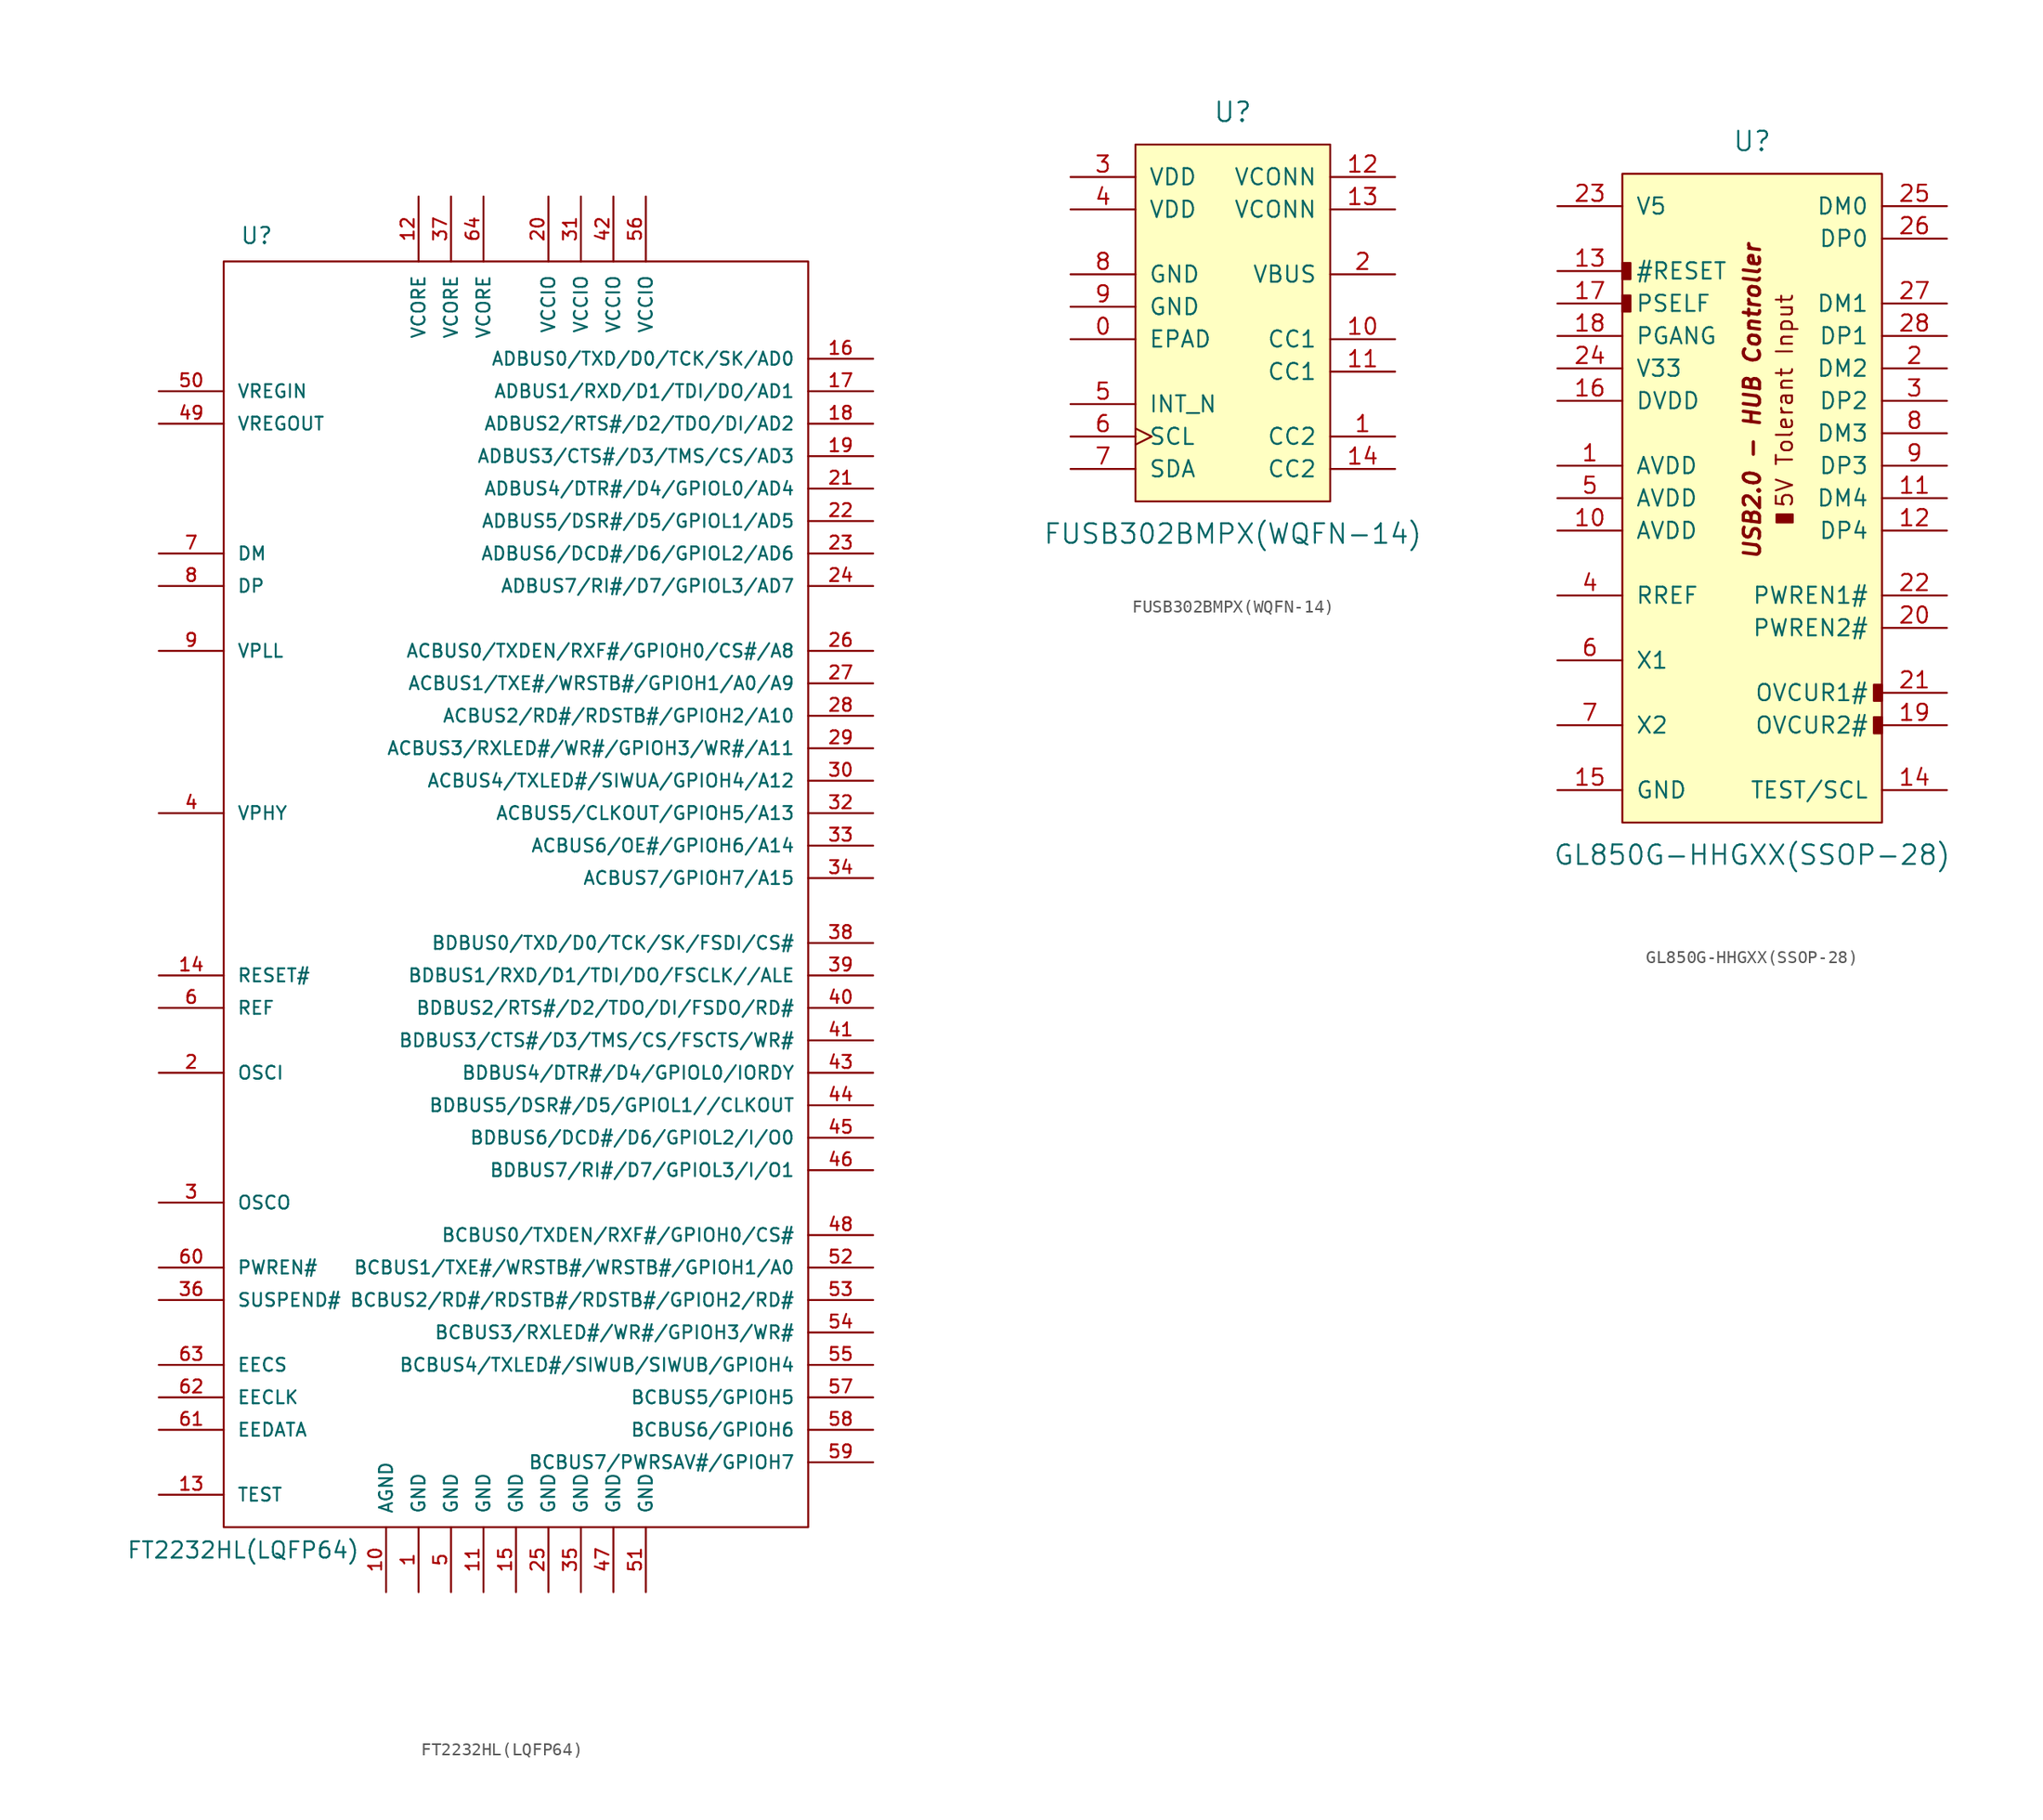
<source format=kicad_sym>
(kicad_symbol_lib
  (version 20220914)
  (generator kicad_symbol_editor)
  (symbol "FT2232HL(LQFP64)"
    (pin_names
      (offset 1.016))
    (property "Reference" "U"
      (at -21.59 49.53 0)
      (effects (font (size 1.27 1.27)) (justify left bottom)))
    (property "Value" "FT2232HL(LQFP64)"
      (at -30.48 -53.34 0)
      (effects (font (size 1.27 1.27)) (justify left bottom)))
    (property "Datasheet" ""
      (at 0 -2.54 0)
      (effects (font (size 1.524 1.524))))
    (property "ki_locked" ""
      (at 0 0 0)
      (effects (font (size 1.27 1.27))))
    (symbol "FT2232HL(LQFP64)_0_1"
      (rectangle (start -22.86 -50.8) (end 22.86 48.26) (stroke (width 0) (type solid)) (fill (type none))))
    (symbol "FT2232HL(LQFP64)_1_1"
      (pin power_in line (at -7.62 -55.88 90) (length 5.08) (name "GND" (effects (font (size 1.016 1.016)))) (number "1" (effects (font (size 1.016 1.016)))))
      (pin power_in line (at -10.16 -55.88 90) (length 5.08) (name "AGND" (effects (font (size 1.016 1.016)))) (number "10" (effects (font (size 1.016 1.016)))))
      (pin power_in line (at -2.54 -55.88 90) (length 5.08) (name "GND" (effects (font (size 1.016 1.016)))) (number "11" (effects (font (size 1.016 1.016)))))
      (pin power_in line (at -7.62 53.34 270) (length 5.08) (name "VCORE" (effects (font (size 1.016 1.016)))) (number "12" (effects (font (size 1.016 1.016)))))
      (pin input line (at -27.94 -48.26 0) (length 5.08) (name "TEST" (effects (font (size 1.016 1.016)))) (number "13" (effects (font (size 1.016 1.016)))))
      (pin input line (at -27.94 -7.62 0) (length 5.08) (name "RESET#" (effects (font (size 1.016 1.016)))) (number "14" (effects (font (size 1.016 1.016)))))
      (pin power_in line (at 0 -55.88 90) (length 5.08) (name "GND" (effects (font (size 1.016 1.016)))) (number "15" (effects (font (size 1.016 1.016)))))
      (pin bidirectional line (at 27.94 40.64 180) (length 5.08) (name "ADBUS0/TXD/D0/TCK/SK/AD0" (effects (font (size 1.016 1.016)))) (number "16" (effects (font (size 1.016 1.016)))))
      (pin bidirectional line (at 27.94 38.1 180) (length 5.08) (name "ADBUS1/RXD/D1/TDI/DO/AD1" (effects (font (size 1.016 1.016)))) (number "17" (effects (font (size 1.016 1.016)))))
      (pin bidirectional line (at 27.94 35.56 180) (length 5.08) (name "ADBUS2/RTS#/D2/TDO/DI/AD2" (effects (font (size 1.016 1.016)))) (number "18" (effects (font (size 1.016 1.016)))))
      (pin bidirectional line (at 27.94 33.02 180) (length 5.08) (name "ADBUS3/CTS#/D3/TMS/CS/AD3" (effects (font (size 1.016 1.016)))) (number "19" (effects (font (size 1.016 1.016)))))
      (pin input line (at -27.94 -15.24 0) (length 5.08) (name "OSCI" (effects (font (size 1.016 1.016)))) (number "2" (effects (font (size 1.016 1.016)))))
      (pin power_in line (at 2.54 53.34 270) (length 5.08) (name "VCCIO" (effects (font (size 1.016 1.016)))) (number "20" (effects (font (size 1.016 1.016)))))
      (pin bidirectional line (at 27.94 30.48 180) (length 5.08) (name "ADBUS4/DTR#/D4/GPIOL0/AD4" (effects (font (size 1.016 1.016)))) (number "21" (effects (font (size 1.016 1.016)))))
      (pin bidirectional line (at 27.94 27.94 180) (length 5.08) (name "ADBUS5/DSR#/D5/GPIOL1/AD5" (effects (font (size 1.016 1.016)))) (number "22" (effects (font (size 1.016 1.016)))))
      (pin bidirectional line (at 27.94 25.4 180) (length 5.08) (name "ADBUS6/DCD#/D6/GPIOL2/AD6" (effects (font (size 1.016 1.016)))) (number "23" (effects (font (size 1.016 1.016)))))
      (pin bidirectional line (at 27.94 22.86 180) (length 5.08) (name "ADBUS7/RI#/D7/GPIOL3/AD7" (effects (font (size 1.016 1.016)))) (number "24" (effects (font (size 1.016 1.016)))))
      (pin power_in line (at 2.54 -55.88 90) (length 5.08) (name "GND" (effects (font (size 1.016 1.016)))) (number "25" (effects (font (size 1.016 1.016)))))
      (pin bidirectional line (at 27.94 17.78 180) (length 5.08) (name "ACBUS0/TXDEN/RXF#/GPIOH0/CS#/A8" (effects (font (size 1.016 1.016)))) (number "26" (effects (font (size 1.016 1.016)))))
      (pin bidirectional line (at 27.94 15.24 180) (length 5.08) (name "ACBUS1/TXE#/WRSTB#/GPIOH1/A0/A9" (effects (font (size 1.016 1.016)))) (number "27" (effects (font (size 1.016 1.016)))))
      (pin bidirectional line (at 27.94 12.7 180) (length 5.08) (name "ACBUS2/RD#/RDSTB#/GPIOH2/A10" (effects (font (size 1.016 1.016)))) (number "28" (effects (font (size 1.016 1.016)))))
      (pin bidirectional line (at 27.94 10.16 180) (length 5.08) (name "ACBUS3/RXLED#/WR#/GPIOH3/WR#/A11" (effects (font (size 1.016 1.016)))) (number "29" (effects (font (size 1.016 1.016)))))
      (pin output line (at -27.94 -25.4 0) (length 5.08) (name "OSCO" (effects (font (size 1.016 1.016)))) (number "3" (effects (font (size 1.016 1.016)))))
      (pin bidirectional line (at 27.94 7.62 180) (length 5.08) (name "ACBUS4/TXLED#/SIWUA/GPIOH4/A12" (effects (font (size 1.016 1.016)))) (number "30" (effects (font (size 1.016 1.016)))))
      (pin power_in line (at 5.08 53.34 270) (length 5.08) (name "VCCIO" (effects (font (size 1.016 1.016)))) (number "31" (effects (font (size 1.016 1.016)))))
      (pin bidirectional line (at 27.94 5.08 180) (length 5.08) (name "ACBUS5/CLKOUT/GPIOH5/A13" (effects (font (size 1.016 1.016)))) (number "32" (effects (font (size 1.016 1.016)))))
      (pin bidirectional line (at 27.94 2.54 180) (length 5.08) (name "ACBUS6/OE#/GPIOH6/A14" (effects (font (size 1.016 1.016)))) (number "33" (effects (font (size 1.016 1.016)))))
      (pin bidirectional line (at 27.94 0 180) (length 5.08) (name "ACBUS7/GPIOH7/A15" (effects (font (size 1.016 1.016)))) (number "34" (effects (font (size 1.016 1.016)))))
      (pin power_in line (at 5.08 -55.88 90) (length 5.08) (name "GND" (effects (font (size 1.016 1.016)))) (number "35" (effects (font (size 1.016 1.016)))))
      (pin output line (at -27.94 -33.02 0) (length 5.08) (name "SUSPEND#" (effects (font (size 1.016 1.016)))) (number "36" (effects (font (size 1.016 1.016)))))
      (pin power_in line (at -5.08 53.34 270) (length 5.08) (name "VCORE" (effects (font (size 1.016 1.016)))) (number "37" (effects (font (size 1.016 1.016)))))
      (pin bidirectional line (at 27.94 -5.08 180) (length 5.08) (name "BDBUS0/TXD/D0/TCK/SK/FSDI/CS#" (effects (font (size 1.016 1.016)))) (number "38" (effects (font (size 1.016 1.016)))))
      (pin bidirectional line (at 27.94 -7.62 180) (length 5.08) (name "BDBUS1/RXD/D1/TDI/DO/FSCLK//ALE" (effects (font (size 1.016 1.016)))) (number "39" (effects (font (size 1.016 1.016)))))
      (pin power_in line (at -27.94 5.08 0) (length 5.08) (name "VPHY" (effects (font (size 1.016 1.016)))) (number "4" (effects (font (size 1.016 1.016)))))
      (pin bidirectional line (at 27.94 -10.16 180) (length 5.08) (name "BDBUS2/RTS#/D2/TDO/DI/FSDO/RD#" (effects (font (size 1.016 1.016)))) (number "40" (effects (font (size 1.016 1.016)))))
      (pin bidirectional line (at 27.94 -12.7 180) (length 5.08) (name "BDBUS3/CTS#/D3/TMS/CS/FSCTS/WR#" (effects (font (size 1.016 1.016)))) (number "41" (effects (font (size 1.016 1.016)))))
      (pin power_in line (at 7.62 53.34 270) (length 5.08) (name "VCCIO" (effects (font (size 1.016 1.016)))) (number "42" (effects (font (size 1.016 1.016)))))
      (pin bidirectional line (at 27.94 -15.24 180) (length 5.08) (name "BDBUS4/DTR#/D4/GPIOL0/IORDY" (effects (font (size 1.016 1.016)))) (number "43" (effects (font (size 1.016 1.016)))))
      (pin bidirectional line (at 27.94 -17.78 180) (length 5.08) (name "BDBUS5/DSR#/D5/GPIOL1//CLKOUT" (effects (font (size 1.016 1.016)))) (number "44" (effects (font (size 1.016 1.016)))))
      (pin bidirectional line (at 27.94 -20.32 180) (length 5.08) (name "BDBUS6/DCD#/D6/GPIOL2/I/O0" (effects (font (size 1.016 1.016)))) (number "45" (effects (font (size 1.016 1.016)))))
      (pin bidirectional line (at 27.94 -22.86 180) (length 5.08) (name "BDBUS7/RI#/D7/GPIOL3/I/O1" (effects (font (size 1.016 1.016)))) (number "46" (effects (font (size 1.016 1.016)))))
      (pin power_in line (at 7.62 -55.88 90) (length 5.08) (name "GND" (effects (font (size 1.016 1.016)))) (number "47" (effects (font (size 1.016 1.016)))))
      (pin bidirectional line (at 27.94 -27.94 180) (length 5.08) (name "BCBUS0/TXDEN/RXF#/GPIOH0/CS#" (effects (font (size 1.016 1.016)))) (number "48" (effects (font (size 1.016 1.016)))))
      (pin power_in line (at -27.94 35.56 0) (length 5.08) (name "VREGOUT" (effects (font (size 1.016 1.016)))) (number "49" (effects (font (size 1.016 1.016)))))
      (pin power_in line (at -5.08 -55.88 90) (length 5.08) (name "GND" (effects (font (size 1.016 1.016)))) (number "5" (effects (font (size 1.016 1.016)))))
      (pin power_in line (at -27.94 38.1 0) (length 5.08) (name "VREGIN" (effects (font (size 1.016 1.016)))) (number "50" (effects (font (size 1.016 1.016)))))
      (pin power_in line (at 10.16 -55.88 90) (length 5.08) (name "GND" (effects (font (size 1.016 1.016)))) (number "51" (effects (font (size 1.016 1.016)))))
      (pin bidirectional line (at 27.94 -30.48 180) (length 5.08) (name "BCBUS1/TXE#/WRSTB#/WRSTB#/GPIOH1/A0" (effects (font (size 1.016 1.016)))) (number "52" (effects (font (size 1.016 1.016)))))
      (pin bidirectional line (at 27.94 -33.02 180) (length 5.08) (name "BCBUS2/RD#/RDSTB#/RDSTB#/GPIOH2/RD#" (effects (font (size 1.016 1.016)))) (number "53" (effects (font (size 1.016 1.016)))))
      (pin bidirectional line (at 27.94 -35.56 180) (length 5.08) (name "BCBUS3/RXLED#/WR#/GPIOH3/WR#" (effects (font (size 1.016 1.016)))) (number "54" (effects (font (size 1.016 1.016)))))
      (pin bidirectional line (at 27.94 -38.1 180) (length 5.08) (name "BCBUS4/TXLED#/SIWUB/SIWUB/GPIOH4" (effects (font (size 1.016 1.016)))) (number "55" (effects (font (size 1.016 1.016)))))
      (pin power_in line (at 10.16 53.34 270) (length 5.08) (name "VCCIO" (effects (font (size 1.016 1.016)))) (number "56" (effects (font (size 1.016 1.016)))))
      (pin bidirectional line (at 27.94 -40.64 180) (length 5.08) (name "BCBUS5/GPIOH5" (effects (font (size 1.016 1.016)))) (number "57" (effects (font (size 1.016 1.016)))))
      (pin bidirectional line (at 27.94 -43.18 180) (length 5.08) (name "BCBUS6/GPIOH6" (effects (font (size 1.016 1.016)))) (number "58" (effects (font (size 1.016 1.016)))))
      (pin bidirectional line (at 27.94 -45.72 180) (length 5.08) (name "BCBUS7/PWRSAV#/GPIOH7" (effects (font (size 1.016 1.016)))) (number "59" (effects (font (size 1.016 1.016)))))
      (pin input line (at -27.94 -10.16 0) (length 5.08) (name "REF" (effects (font (size 1.016 1.016)))) (number "6" (effects (font (size 1.016 1.016)))))
      (pin output line (at -27.94 -30.48 0) (length 5.08) (name "PWREN#" (effects (font (size 1.016 1.016)))) (number "60" (effects (font (size 1.016 1.016)))))
      (pin bidirectional line (at -27.94 -43.18 0) (length 5.08) (name "EEDATA" (effects (font (size 1.016 1.016)))) (number "61" (effects (font (size 1.016 1.016)))))
      (pin output line (at -27.94 -40.64 0) (length 5.08) (name "EECLK" (effects (font (size 1.016 1.016)))) (number "62" (effects (font (size 1.016 1.016)))))
      (pin bidirectional line (at -27.94 -38.1 0) (length 5.08) (name "EECS" (effects (font (size 1.016 1.016)))) (number "63" (effects (font (size 1.016 1.016)))))
      (pin power_in line (at -2.54 53.34 270) (length 5.08) (name "VCORE" (effects (font (size 1.016 1.016)))) (number "64" (effects (font (size 1.016 1.016)))))
      (pin input line (at -27.94 25.4 0) (length 5.08) (name "DM" (effects (font (size 1.016 1.016)))) (number "7" (effects (font (size 1.016 1.016)))))
      (pin input line (at -27.94 22.86 0) (length 5.08) (name "DP" (effects (font (size 1.016 1.016)))) (number "8" (effects (font (size 1.016 1.016)))))
      (pin power_in line (at -27.94 17.78 0) (length 5.08) (name "VPLL" (effects (font (size 1.016 1.016)))) (number "9" (effects (font (size 1.016 1.016)))))))
  (symbol "FUSB302BMPX(WQFN-14)"
    (pin_names
      (offset 1.016))
    (property "Reference" "U"
      (at 0 15.24 0)
      (effects (font (size 1.524 1.524))))
    (property "Value" "FUSB302BMPX(WQFN-14)"
      (at 0 -17.78 0)
      (effects (font (size 1.524 1.524))))
    (symbol "FUSB302BMPX(WQFN-14)_0_1"
      (rectangle (start -7.62 12.7) (end 7.62 -15.24) (stroke (width 0) (type solid)) (fill (type background))))
    (symbol "FUSB302BMPX(WQFN-14)_1_1"
      (pin power_in line (at -12.7 -2.54 0) (length 5.08) (name "EPAD" (effects (font (size 1.27 1.27)))) (number "0" (effects (font (size 1.27 1.27)))))
      (pin bidirectional line (at 12.7 -10.16 180) (length 5.08) (name "CC2" (effects (font (size 1.27 1.27)))) (number "1" (effects (font (size 1.27 1.27)))))
      (pin bidirectional line (at 12.7 -2.54 180) (length 5.08) (name "CC1" (effects (font (size 1.27 1.27)))) (number "10" (effects (font (size 1.27 1.27)))))
      (pin bidirectional line (at 12.7 -5.08 180) (length 5.08) (name "CC1" (effects (font (size 1.27 1.27)))) (number "11" (effects (font (size 1.27 1.27)))))
      (pin power_in line (at 12.7 10.16 180) (length 5.08) (name "VCONN" (effects (font (size 1.27 1.27)))) (number "12" (effects (font (size 1.27 1.27)))))
      (pin power_in line (at 12.7 7.62 180) (length 5.08) (name "VCONN" (effects (font (size 1.27 1.27)))) (number "13" (effects (font (size 1.27 1.27)))))
      (pin bidirectional line (at 12.7 -12.7 180) (length 5.08) (name "CC2" (effects (font (size 1.27 1.27)))) (number "14" (effects (font (size 1.27 1.27)))))
      (pin input line (at 12.7 2.54 180) (length 5.08) (name "VBUS" (effects (font (size 1.27 1.27)))) (number "2" (effects (font (size 1.27 1.27)))))
      (pin power_in line (at -12.7 10.16 0) (length 5.08) (name "VDD" (effects (font (size 1.27 1.27)))) (number "3" (effects (font (size 1.27 1.27)))))
      (pin power_in line (at -12.7 7.62 0) (length 5.08) (name "VDD" (effects (font (size 1.27 1.27)))) (number "4" (effects (font (size 1.27 1.27)))))
      (pin open_collector line (at -12.7 -7.62 0) (length 5.08) (name "INT_N" (effects (font (size 1.27 1.27)))) (number "5" (effects (font (size 1.27 1.27)))))
      (pin input clock (at -12.7 -10.16 0) (length 5.08) (name "SCL" (effects (font (size 1.27 1.27)))) (number "6" (effects (font (size 1.27 1.27)))))
      (pin open_collector line (at -12.7 -12.7 0) (length 5.08) (name "SDA" (effects (font (size 1.27 1.27)))) (number "7" (effects (font (size 1.27 1.27)))))
      (pin power_in line (at -12.7 2.54 0) (length 5.08) (name "GND" (effects (font (size 1.27 1.27)))) (number "8" (effects (font (size 1.27 1.27)))))
      (pin power_in line (at -12.7 0 0) (length 5.08) (name "GND" (effects (font (size 1.27 1.27)))) (number "9" (effects (font (size 1.27 1.27)))))))
  (symbol "GL850G-HHGXX(SSOP-28)"
    (pin_names
      (offset 1.016))
    (property "Reference" "U"
      (at 0 27.94 0)
      (effects (font (size 1.524 1.524))))
    (property "Value" "GL850G-HHGXX(SSOP-28)"
      (at 0 -27.94 0)
      (effects (font (size 1.524 1.524))))
    (symbol "GL850G-HHGXX(SSOP-28)_0_0"
      (rectangle (start -10.16 15.875) (end -9.525 14.605) (stroke (width 0) (type solid)) (fill (type outline)))
      (rectangle (start -10.16 18.415) (end -9.525 17.145) (stroke (width 0) (type solid)) (fill (type outline)))
      (rectangle (start 1.905 -1.905) (end 3.175 -1.27) (stroke (width 0) (type solid)) (fill (type outline)))
      (rectangle (start 9.525 -17.145) (end 10.16 -18.415) (stroke (width 0) (type solid)) (fill (type outline)))
      (rectangle (start 9.525 -14.605) (end 10.16 -15.875) (stroke (width 0) (type solid)) (fill (type outline)))
      (text "5V Tolerant Input" (at 2.54 7.62 900) (effects (font (size 1.27 1.27))))
      (text "USB2.0 - HUB Controller" (at 0 7.62 900) (effects (font (size 1.27 1.27) bold italic))))
    (symbol "GL850G-HHGXX(SSOP-28)_0_1"
      (rectangle (start -10.16 25.4) (end 10.16 -25.4) (stroke (width 0) (type solid)) (fill (type background))))
    (symbol "GL850G-HHGXX(SSOP-28)_1_1"
      (pin power_in line (at -15.24 2.54 0) (length 5.08) (name "AVDD" (effects (font (size 1.27 1.27)))) (number "1" (effects (font (size 1.27 1.27)))))
      (pin power_in line (at -15.24 -2.54 0) (length 5.08) (name "AVDD" (effects (font (size 1.27 1.27)))) (number "10" (effects (font (size 1.27 1.27)))))
      (pin bidirectional line (at 15.24 0 180) (length 5.08) (name "DM4" (effects (font (size 1.27 1.27)))) (number "11" (effects (font (size 1.27 1.27)))))
      (pin bidirectional line (at 15.24 -2.54 180) (length 5.08) (name "DP4" (effects (font (size 1.27 1.27)))) (number "12" (effects (font (size 1.27 1.27)))))
      (pin input line (at -15.24 17.78 0) (length 5.08) (name "#RESET" (effects (font (size 1.27 1.27)))) (number "13" (effects (font (size 1.27 1.27)))))
      (pin input line (at 15.24 -22.86 180) (length 5.08) (name "TEST/SCL" (effects (font (size 1.27 1.27)))) (number "14" (effects (font (size 1.27 1.27)))))
      (pin power_in line (at -15.24 -22.86 0) (length 5.08) (name "GND" (effects (font (size 1.27 1.27)))) (number "15" (effects (font (size 1.27 1.27)))))
      (pin power_in line (at -15.24 7.62 0) (length 5.08) (name "DVDD" (effects (font (size 1.27 1.27)))) (number "16" (effects (font (size 1.27 1.27)))))
      (pin input line (at -15.24 15.24 0) (length 5.08) (name "PSELF" (effects (font (size 1.27 1.27)))) (number "17" (effects (font (size 1.27 1.27)))))
      (pin bidirectional line (at -15.24 12.7 0) (length 5.08) (name "PGANG" (effects (font (size 1.27 1.27)))) (number "18" (effects (font (size 1.27 1.27)))))
      (pin bidirectional line (at 15.24 -17.78 180) (length 5.08) (name "OVCUR2#" (effects (font (size 1.27 1.27)))) (number "19" (effects (font (size 1.27 1.27)))))
      (pin bidirectional line (at 15.24 10.16 180) (length 5.08) (name "DM2" (effects (font (size 1.27 1.27)))) (number "2" (effects (font (size 1.27 1.27)))))
      (pin output line (at 15.24 -10.16 180) (length 5.08) (name "PWREN2#" (effects (font (size 1.27 1.27)))) (number "20" (effects (font (size 1.27 1.27)))))
      (pin bidirectional line (at 15.24 -15.24 180) (length 5.08) (name "OVCUR1#" (effects (font (size 1.27 1.27)))) (number "21" (effects (font (size 1.27 1.27)))))
      (pin output line (at 15.24 -7.62 180) (length 5.08) (name "PWREN1#" (effects (font (size 1.27 1.27)))) (number "22" (effects (font (size 1.27 1.27)))))
      (pin power_in line (at -15.24 22.86 0) (length 5.08) (name "V5" (effects (font (size 1.27 1.27)))) (number "23" (effects (font (size 1.27 1.27)))))
      (pin power_out line (at -15.24 10.16 0) (length 5.08) (name "V33" (effects (font (size 1.27 1.27)))) (number "24" (effects (font (size 1.27 1.27)))))
      (pin bidirectional line (at 15.24 22.86 180) (length 5.08) (name "DM0" (effects (font (size 1.27 1.27)))) (number "25" (effects (font (size 1.27 1.27)))))
      (pin bidirectional line (at 15.24 20.32 180) (length 5.08) (name "DP0" (effects (font (size 1.27 1.27)))) (number "26" (effects (font (size 1.27 1.27)))))
      (pin bidirectional line (at 15.24 15.24 180) (length 5.08) (name "DM1" (effects (font (size 1.27 1.27)))) (number "27" (effects (font (size 1.27 1.27)))))
      (pin bidirectional line (at 15.24 12.7 180) (length 5.08) (name "DP1" (effects (font (size 1.27 1.27)))) (number "28" (effects (font (size 1.27 1.27)))))
      (pin bidirectional line (at 15.24 7.62 180) (length 5.08) (name "DP2" (effects (font (size 1.27 1.27)))) (number "3" (effects (font (size 1.27 1.27)))))
      (pin bidirectional line (at -15.24 -7.62 0) (length 5.08) (name "RREF" (effects (font (size 1.27 1.27)))) (number "4" (effects (font (size 1.27 1.27)))))
      (pin power_in line (at -15.24 0 0) (length 5.08) (name "AVDD" (effects (font (size 1.27 1.27)))) (number "5" (effects (font (size 1.27 1.27)))))
      (pin input line (at -15.24 -12.7 0) (length 5.08) (name "X1" (effects (font (size 1.27 1.27)))) (number "6" (effects (font (size 1.27 1.27)))))
      (pin output line (at -15.24 -17.78 0) (length 5.08) (name "X2" (effects (font (size 1.27 1.27)))) (number "7" (effects (font (size 1.27 1.27)))))
      (pin bidirectional line (at 15.24 5.08 180) (length 5.08) (name "DM3" (effects (font (size 1.27 1.27)))) (number "8" (effects (font (size 1.27 1.27)))))
      (pin bidirectional line (at 15.24 2.54 180) (length 5.08) (name "DP3" (effects (font (size 1.27 1.27)))) (number "9" (effects (font (size 1.27 1.27))))))))
</source>
